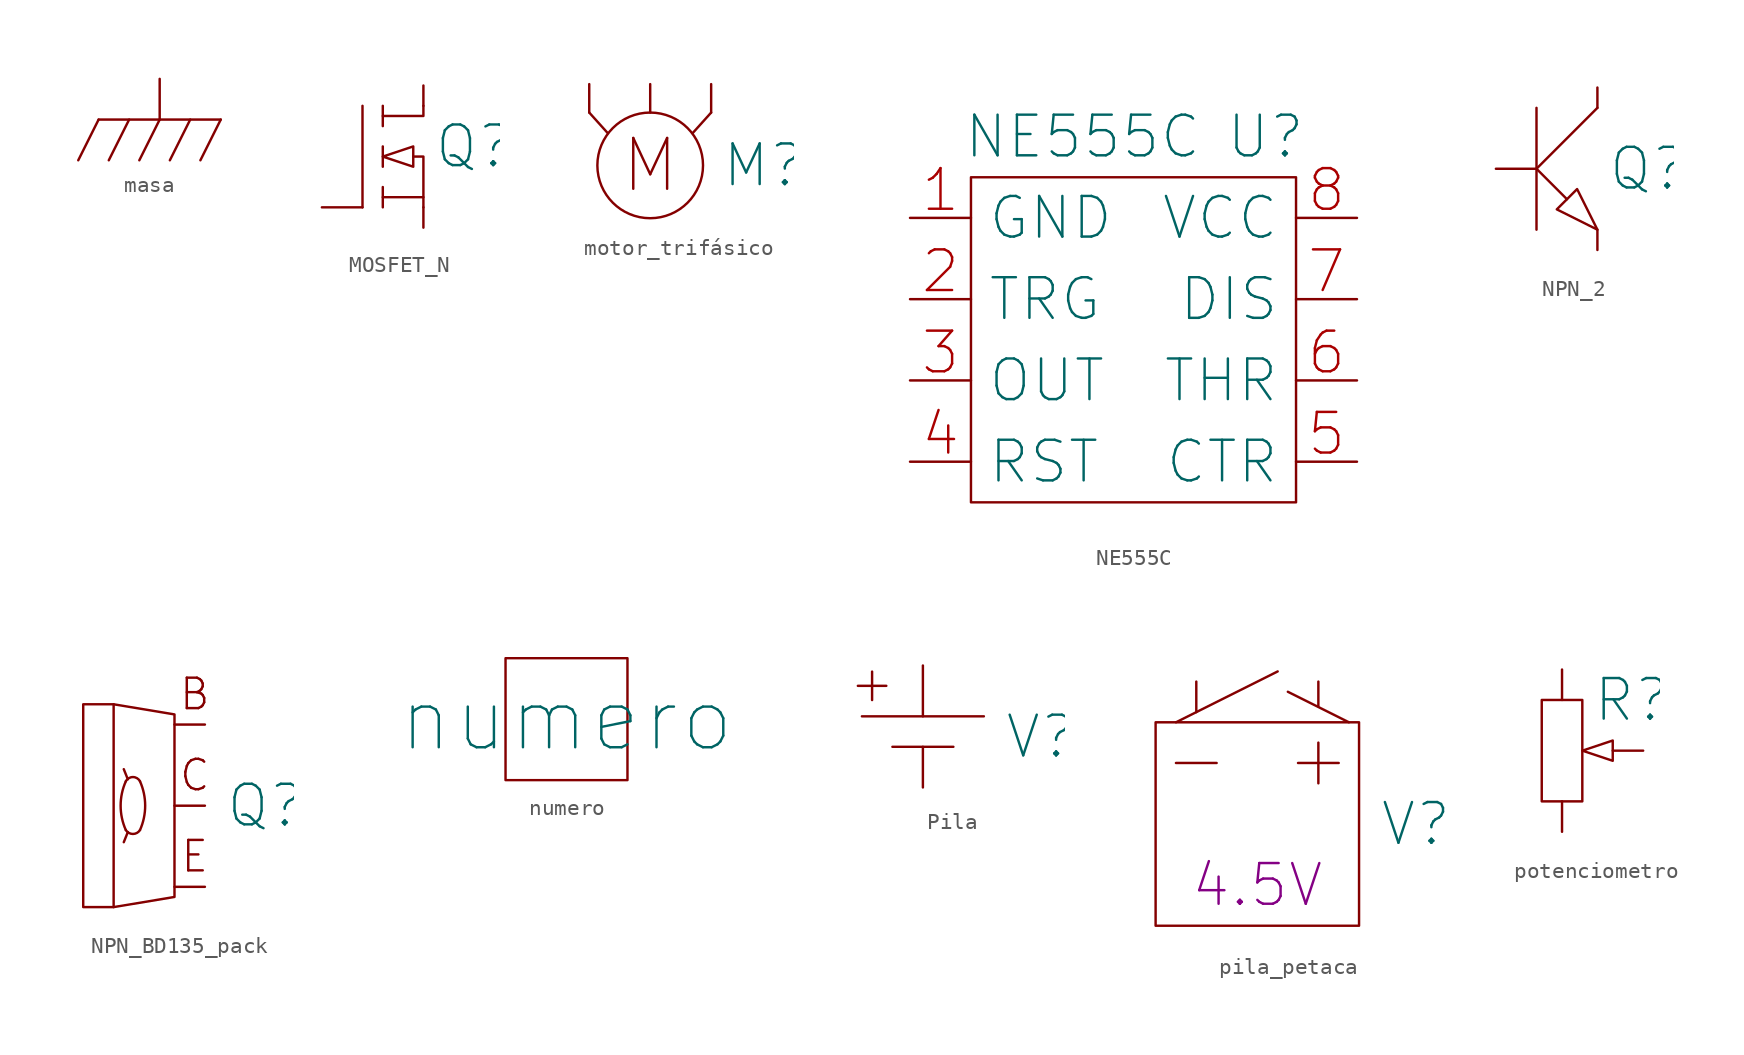
<source format=kicad_sym>
(kicad_symbol_lib
  (version 20211014)
  (generator kicad_symbol_editor)
  (symbol "masa"
    (pin_names
      (offset 1.016))
    (property "Reference" "V"
      (at 0.635 -0.635 0)
      (effects (font (size 2.54 2.54)) (justify left) hide))
    (symbol "masa_0_0"
      (polyline (pts (xy -3.81 -2.54) (xy -5.08 -5.08)) (stroke (width 0) (type default) (color 0 0 0 0)) (fill (type none)))
      (polyline (pts (xy -3.81 -2.54) (xy 3.81 -2.54)) (stroke (width 0) (type default) (color 0 0 0 0)) (fill (type none)))
      (polyline (pts (xy -1.905 -2.54) (xy -3.175 -5.08)) (stroke (width 0) (type default) (color 0 0 0 0)) (fill (type none)))
      (polyline (pts (xy 0 -2.54) (xy -1.27 -5.08)) (stroke (width 0) (type default) (color 0 0 0 0)) (fill (type none)))
      (polyline (pts (xy 1.905 -2.54) (xy 0.635 -5.08)) (stroke (width 0) (type default) (color 0 0 0 0)) (fill (type none)))
      (polyline (pts (xy 3.81 -2.54) (xy 2.54 -5.08)) (stroke (width 0) (type default) (color 0 0 0 0)) (fill (type none))))
    (symbol "masa_1_1"
      (pin input line (at 0 0 270) (length 2.54) (name "~" (effects (font (size 1.27 1.27)))) (number "~" (effects (font (size 1.143 1.143)))))))
  (symbol "MOSFET_N"
    (pin_names
      (offset 1.016))
    (property "Reference" "Q"
      (at 6.985 3.81 0)
      (effects (font (size 2.54 2.54)) (justify left)))
    (symbol "MOSFET_N_0_1"
      (polyline (pts (xy 2.54 6.35) (xy 2.54 0)) (stroke (width 0) (type default) (color 0 0 0 0)) (fill (type none)))
      (polyline (pts (xy 3.81 0) (xy 3.81 1.27)) (stroke (width 0) (type default) (color 0 0 0 0)) (fill (type none)))
      (polyline (pts (xy 3.81 2.54) (xy 3.81 3.81)) (stroke (width 0) (type default) (color 0 0 0 0)) (fill (type none)))
      (polyline (pts (xy 3.81 5.08) (xy 3.81 6.35)) (stroke (width 0) (type default) (color 0 0 0 0)) (fill (type none)))
      (polyline (pts (xy 5.715 3.175) (xy 6.35 3.175) (xy 6.35 0.635)) (stroke (width 0) (type default) (color 0 0 0 0)) (fill (type none)))
      (polyline (pts (xy 6.35 0) (xy 6.35 0.635) (xy 3.81 0.635)) (stroke (width 0) (type default) (color 0 0 0 0)) (fill (type none)))
      (polyline (pts (xy 6.35 6.35) (xy 6.35 5.715) (xy 3.81 5.715)) (stroke (width 0) (type default) (color 0 0 0 0)) (fill (type none)))
      (polyline (pts (xy 5.715 3.81) (xy 3.81 3.175) (xy 5.715 2.54) (xy 5.715 3.81)) (stroke (width 0) (type default) (color 0 0 0 0)) (fill (type none))))
    (symbol "MOSFET_N_1_1"
      (pin input line (at 0 0 0) (length 2.54) (name "~" (effects (font (size 1.27 1.27)))) (number "~" (effects (font (size 1.143 1.143)))))
      (pin input line (at 6.35 -1.27 90) (length 1.27) (name "~" (effects (font (size 1.27 1.27)))) (number "~" (effects (font (size 1.143 1.143)))))
      (pin input line (at 6.35 7.62 270) (length 1.27) (name "~" (effects (font (size 1.27 1.27)))) (number "~" (effects (font (size 1.143 1.143)))))))
  (symbol "motor_trifásico"
    (pin_names
      (offset 1.016))
    (property "Reference" "M"
      (at 4.445 -5.08 0)
      (effects (font (size 2.54 2.54)) (justify left)))
    (symbol "motor_trifásico_0_0"
      (text "M" (at 0 -5.08 0) (effects (font (size 3.175 3.175)))))
    (symbol "motor_trifásico_0_1"
      (circle (center 0 -5.08) (radius 3.302) (stroke (width 0) (type default) (color 0 0 0 0)) (fill (type none)))
      (polyline (pts (xy -3.81 -1.778) (xy -2.667 -3.048)) (stroke (width 0) (type default) (color 0 0 0 0)) (fill (type none)))
      (polyline (pts (xy 3.81 -1.778) (xy 2.667 -3.048)) (stroke (width 0) (type default) (color 0 0 0 0)) (fill (type none))))
    (symbol "motor_trifásico_1_1"
      (pin input line (at -3.81 0 270) (length 1.778) (name "~" (effects (font (size 1.27 1.27)))) (number "~" (effects (font (size 1.143 1.143)))))
      (pin input line (at 0 0 270) (length 1.778) (name "~" (effects (font (size 1.27 1.27)))) (number "~" (effects (font (size 1.143 1.143)))))
      (pin input line (at 3.81 0 270) (length 1.778) (name "~" (effects (font (size 1.27 1.27)))) (number "~" (effects (font (size 1.143 1.143)))))))
  (symbol "NE555C"
    (pin_names
      (offset 1.016))
    (property "Reference" "U"
      (at 22.225 5.08 0)
      (effects (font (size 2.54 2.54))))
    (property "Value" "NE555C"
      (at 10.795 5.08 0)
      (effects (font (size 2.54 2.54))))
    (symbol "NE555C_0_1"
      (rectangle (start 3.81 2.54) (end 24.13 -17.78) (stroke (width 0) (type default) (color 0 0 0 0)) (fill (type none))))
    (symbol "NE555C_1_1"
      (pin input line (at 0 0 0) (length 3.81) (name "GND" (effects (font (size 2.54 2.54)))) (number "1" (effects (font (size 2.54 2.54)))))
      (pin input line (at 0 -5.08 0) (length 3.81) (name "TRG" (effects (font (size 2.54 2.54)))) (number "2" (effects (font (size 2.54 2.54)))))
      (pin input line (at 0 -10.16 0) (length 3.81) (name "OUT" (effects (font (size 2.54 2.54)))) (number "3" (effects (font (size 2.54 2.54)))))
      (pin input line (at 0 -15.24 0) (length 3.81) (name "RST" (effects (font (size 2.54 2.54)))) (number "4" (effects (font (size 2.54 2.54)))))
      (pin input line (at 27.94 -15.24 180) (length 3.81) (name "CTR" (effects (font (size 2.54 2.54)))) (number "5" (effects (font (size 2.54 2.54)))))
      (pin input line (at 27.94 -10.16 180) (length 3.81) (name "THR" (effects (font (size 2.54 2.54)))) (number "6" (effects (font (size 2.54 2.54)))))
      (pin input line (at 27.94 -5.08 180) (length 3.81) (name "DIS" (effects (font (size 2.54 2.54)))) (number "7" (effects (font (size 2.54 2.54)))))
      (pin input line (at 27.94 0 180) (length 3.81) (name "VCC" (effects (font (size 2.54 2.54)))) (number "8" (effects (font (size 2.54 2.54)))))))
  (symbol "NPN_2"
    (pin_names
      (offset 1.016))
    (property "Reference" "Q"
      (at 6.985 -5.08 0)
      (effects (font (size 2.54 2.54)) (justify left)))
    (symbol "NPN_2_0_0"
      (polyline (pts (xy 4.445 -6.985) (xy 2.54 -5.08)) (stroke (width 0) (type default) (color 0 0 0 0)) (fill (type none)))
      (polyline (pts (xy 6.35 -8.89) (xy 5.08 -6.35) (xy 3.81 -7.62) (xy 6.35 -8.89)) (stroke (width 0) (type default) (color 0 0 0 0)) (fill (type none))))
    (symbol "NPN_2_0_1"
      (polyline (pts (xy 2.54 -5.08) (xy 6.35 -1.27)) (stroke (width 0) (type default) (color 0 0 0 0)) (fill (type none)))
      (polyline (pts (xy 2.54 -1.27) (xy 2.54 -8.89)) (stroke (width 0) (type default) (color 0 0 0 0)) (fill (type none))))
    (symbol "NPN_2_1_1"
      (pin input line (at 0 -5.08 0) (length 2.54) (name "~" (effects (font (size 1.27 1.27)))) (number "~" (effects (font (size 1.143 1.143)))))
      (pin input line (at 6.35 -10.16 90) (length 1.27) (name "~" (effects (font (size 1.27 1.27)))) (number "~" (effects (font (size 1.143 1.143)))))
      (pin input line (at 6.35 0 270) (length 1.27) (name "~" (effects (font (size 1.27 1.27)))) (number "~" (effects (font (size 1.143 1.143)))))))
  (symbol "NPN_BD135_pack"
    (pin_names
      (offset 1.016))
    (property "Reference" "Q"
      (at 1.27 -5.08 0)
      (effects (font (size 2.54 2.54)) (justify left)))
    (symbol "NPN_BD135_pack_0_0"
      (arc (start -4.953 -6.604) (mid -4.515 -6.8509) (end -4.064 -6.604) (stroke (width 0) (type default) (color 0 0 0 0)) (fill (type none)))
      (arc (start -4.953 -3.556) (mid -5.2764 -5.08) (end -4.953 -6.604) (stroke (width 0) (type default) (color 0 0 0 0)) (fill (type none)))
      (arc (start -4.064 -6.604) (mid -3.7406 -5.08) (end -4.064 -3.556) (stroke (width 0) (type default) (color 0 0 0 0)) (fill (type none)))
      (arc (start -4.064 -3.556) (mid -4.5148 -3.287) (end -4.953 -3.556) (stroke (width 0) (type default) (color 0 0 0 0)) (fill (type none)))
      (polyline (pts (xy -4.826 -6.731) (xy -5.08 -7.366)) (stroke (width 0) (type default) (color 0 0 0 0)) (fill (type none)))
      (polyline (pts (xy -4.826 -3.429) (xy -5.08 -2.794)) (stroke (width 0) (type default) (color 0 0 0 0)) (fill (type none)))
      (polyline (pts (xy -5.715 1.27) (xy -1.905 0.635) (xy -1.905 -10.795) (xy -5.715 -11.43)) (stroke (width 0) (type default) (color 0 0 0 0)) (fill (type none)))
      (text "B" (at -0.635 1.905 0) (effects (font (size 1.905 1.905))))
      (text "C" (at -0.635 -3.175 0) (effects (font (size 1.905 1.905))))
      (text "E" (at -0.635 -8.255 0) (effects (font (size 1.905 1.905)))))
    (symbol "NPN_BD135_pack_0_1"
      (rectangle (start -7.62 1.27) (end -5.715 -11.43) (stroke (width 0) (type default) (color 0 0 0 0)) (fill (type none))))
    (symbol "NPN_BD135_pack_1_1"
      (pin input line (at 0 -10.16 180) (length 1.905) (name "~" (effects (font (size 1.27 1.27)))) (number "~" (effects (font (size 1.143 1.143)))))
      (pin input line (at 0 -5.08 180) (length 1.905) (name "~" (effects (font (size 1.27 1.27)))) (number "~" (effects (font (size 1.143 1.143)))))
      (pin input line (at 0 0 180) (length 1.905) (name "~" (effects (font (size 1.27 1.27)))) (number "~" (effects (font (size 1.143 1.143)))))))
  (symbol "numero"
    (pin_names
      (offset 1.016))
    (property "Reference" "N"
      (at -2.54 -5.08 0)
      (effects (font (size 2.54 2.54)) (justify left) hide))
    (property "Value" "numero"
      (at 0 0 0)
      (effects (font (size 3.81 3.81))))
    (symbol "numero_0_1"
      (rectangle (start -3.81 3.81) (end 3.81 -3.81) (stroke (width 0) (type default) (color 0 0 0 0)) (fill (type none)))))
  (symbol "Pila"
    (pin_names
      (offset 1.016))
    (property "Reference" "V"
      (at 5.08 -4.445 0)
      (effects (font (size 2.54 2.54)) (justify left)))
    (symbol "Pila_0_1"
      (polyline (pts (xy -4.064 -1.27) (xy -2.286 -1.27)) (stroke (width 0) (type default) (color 0 0 0 0)) (fill (type none)))
      (polyline (pts (xy -3.81 -3.175) (xy 3.81 -3.175)) (stroke (width 0) (type default) (color 0 0 0 0)) (fill (type none)))
      (polyline (pts (xy -3.175 -0.381) (xy -3.175 -2.159)) (stroke (width 0) (type default) (color 0 0 0 0)) (fill (type none)))
      (polyline (pts (xy -1.905 -5.08) (xy 1.905 -5.08)) (stroke (width 0) (type default) (color 0 0 0 0)) (fill (type none))))
    (symbol "Pila_1_1"
      (pin input line (at 0 -7.62 90) (length 2.54) (name "~" (effects (font (size 1.27 1.27)))) (number "~" (effects (font (size 1.143 1.143)))))
      (pin input line (at 0 0 270) (length 3.175) (name "~" (effects (font (size 1.27 1.27)))) (number "~" (effects (font (size 1.143 1.143)))))))
  (symbol "pila_petaca"
    (pin_names
      (offset 1.016))
    (property "Reference" "V"
      (at 11.43 -8.89 0)
      (effects (font (size 2.54 2.54)) (justify left)))
    (property "V" "4.5V"
      (at 3.81 -12.7 0)
      (effects (font (size 2.54 2.54))))
    (symbol "pila_petaca_0_1"
      (rectangle (start -2.54 -2.54) (end 10.16 -15.24) (stroke (width 0) (type default) (color 0 0 0 0)) (fill (type none)))
      (polyline (pts (xy -1.27 -5.08) (xy 1.27 -5.08)) (stroke (width 0) (type default) (color 0 0 0 0)) (fill (type none)))
      (polyline (pts (xy -1.27 -2.54) (xy 5.08 0.635)) (stroke (width 0) (type default) (color 0 0 0 0)) (fill (type none)))
      (polyline (pts (xy 7.62 -3.81) (xy 7.62 -6.35)) (stroke (width 0) (type default) (color 0 0 0 0)) (fill (type none)))
      (polyline (pts (xy 8.89 -5.08) (xy 6.35 -5.08)) (stroke (width 0) (type default) (color 0 0 0 0)) (fill (type none)))
      (polyline (pts (xy 9.525 -2.54) (xy 5.715 -0.635)) (stroke (width 0) (type default) (color 0 0 0 0)) (fill (type none))))
    (symbol "pila_petaca_1_1"
      (pin input line (at 0 0 270) (length 1.905) (name "~" (effects (font (size 1.27 1.27)))) (number "~" (effects (font (size 1.143 1.143)))))
      (pin input line (at 7.62 0 270) (length 1.524) (name "~" (effects (font (size 1.27 1.27)))) (number "~" (effects (font (size 1.143 1.143)))))))
  (symbol "potenciometro"
    (pin_names
      (offset 1.016))
    (property "Reference" "R"
      (at 1.905 -1.905 0)
      (effects (font (size 2.54 2.54)) (justify left)))
    (symbol "potenciometro_0_1"
      (rectangle (start -1.27 -1.905) (end 1.27 -8.255) (stroke (width 0) (type default) (color 0 0 0 0)) (fill (type none)))
      (polyline (pts (xy 1.27 -5.08) (xy 3.175 -4.445) (xy 3.175 -5.715) (xy 1.27 -5.08)) (stroke (width 0) (type default) (color 0 0 0 0)) (fill (type none))))
    (symbol "potenciometro_1_1"
      (pin input line (at 0 -10.16 90) (length 1.905) (name "~" (effects (font (size 1.27 1.27)))) (number "~" (effects (font (size 1.143 1.143)))))
      (pin input line (at 0 0 270) (length 1.905) (name "~" (effects (font (size 1.27 1.27)))) (number "~" (effects (font (size 1.143 1.143)))))
      (pin input line (at 5.08 -5.08 180) (length 1.905) (name "~" (effects (font (size 1.27 1.27)))) (number "~" (effects (font (size 1.143 1.143))))))))
</source>
